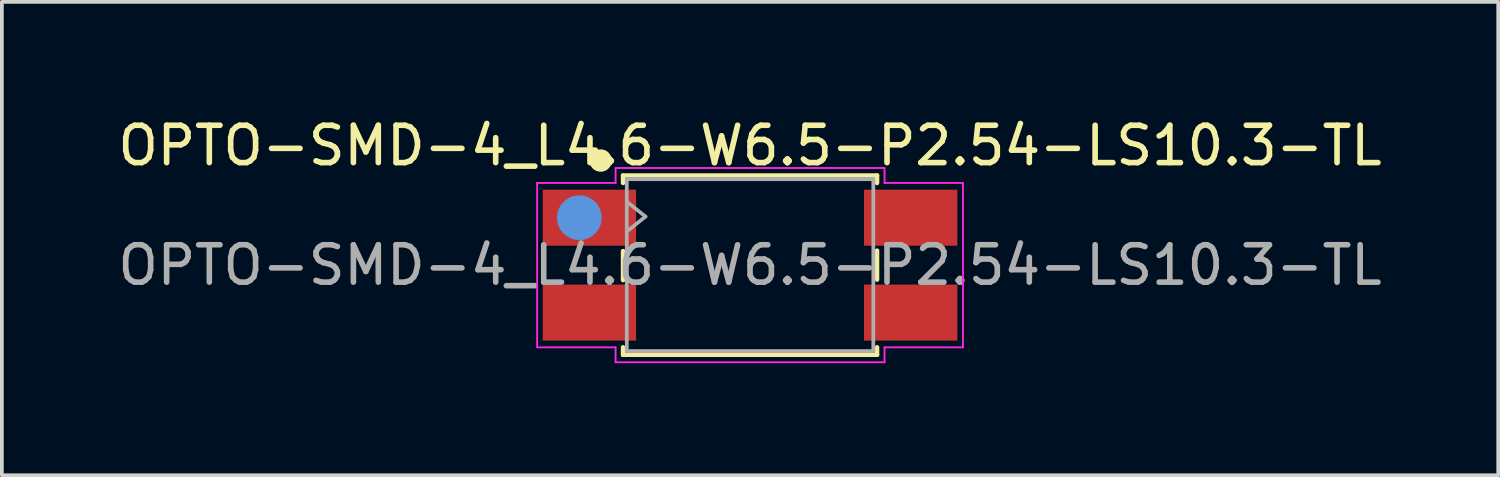
<source format=kicad_pcb>
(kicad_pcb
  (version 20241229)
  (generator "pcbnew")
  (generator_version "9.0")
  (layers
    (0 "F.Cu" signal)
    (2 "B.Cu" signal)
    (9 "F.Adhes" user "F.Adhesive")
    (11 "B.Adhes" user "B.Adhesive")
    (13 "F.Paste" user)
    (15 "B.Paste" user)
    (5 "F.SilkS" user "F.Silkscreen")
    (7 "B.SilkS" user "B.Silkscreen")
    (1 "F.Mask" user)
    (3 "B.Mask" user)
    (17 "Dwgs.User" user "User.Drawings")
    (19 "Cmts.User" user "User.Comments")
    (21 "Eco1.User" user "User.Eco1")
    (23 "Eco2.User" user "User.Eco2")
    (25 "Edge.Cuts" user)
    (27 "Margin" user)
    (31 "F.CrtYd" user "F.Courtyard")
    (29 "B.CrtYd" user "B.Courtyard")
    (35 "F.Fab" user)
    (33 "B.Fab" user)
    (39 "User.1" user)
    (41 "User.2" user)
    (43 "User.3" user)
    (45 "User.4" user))
  (footprint "OPTO-SMD-4_L4.6-W6.5-P2.54-LS10.3-TL"
    (layer "F.Cu")
    (at 17.03 4.048)
    (property "Reference" "OPTO-SMD-4_L4.6-W6.5-P2.54-LS10.3-TL" (at 0 -3.2 0) (layer "F.SilkS") (effects (font (size 1 1) (thickness 0.15))))
    (attr smd)
    (fp_line (start -3.4 -2.4) (end -3.4 -2.2) (stroke (width 0.12) (type solid)) (layer "F.SilkS"))
    (fp_line (start -3.4 -2.4) (end 3.4 -2.4) (stroke (width 0.12) (type default)) (layer "F.SilkS"))
    (fp_line (start -3.4 0.4) (end -3.4 -0.375) (stroke (width 0.12) (type default)) (layer "F.SilkS"))
    (fp_line (start -3.4 2.2) (end -3.4 2.4) (stroke (width 0.12) (type solid)) (layer "F.SilkS"))
    (fp_line (start 3.4 -2.4) (end 3.4 -2.2) (stroke (width 0.12) (type solid)) (layer "F.SilkS"))
    (fp_line (start 3.4 0.388) (end 3.4 -0.388) (stroke (width 0.12) (type default)) (layer "F.SilkS"))
    (fp_line (start 3.4 2.2) (end 3.4 2.4) (stroke (width 0.12) (type solid)) (layer "F.SilkS"))
    (fp_line (start 3.4 2.4) (end -3.4 2.4) (stroke (width 0.12) (type default)) (layer "F.SilkS"))
    (fp_circle (center -4 -2.8) (end -3.85 -2.8) (stroke (width 0.3) (type solid)) (fill no) (layer "F.SilkS"))
    (fp_circle (center -4.57 -1.27) (end -4.27 -1.27) (stroke (width 0.6) (type solid)) (fill no) (layer "Cmts.User"))
    (fp_line (start -5.7 -2.2) (end -3.6 -2.2) (stroke (width 0.05) (type default)) (layer "F.CrtYd"))
    (fp_line (start -5.7 2.2) (end -5.7 -2.2) (stroke (width 0.05) (type default)) (layer "F.CrtYd"))
    (fp_line (start -3.6 -2.6) (end 3.6 -2.6) (stroke (width 0.05) (type default)) (layer "F.CrtYd"))
    (fp_line (start -3.6 -2.2) (end -3.6 -2.6) (stroke (width 0.05) (type default)) (layer "F.CrtYd"))
    (fp_line (start -3.6 2.2) (end -5.7 2.2) (stroke (width 0.05) (type default)) (layer "F.CrtYd"))
    (fp_line (start -3.6 2.6) (end -3.6 2.2) (stroke (width 0.05) (type default)) (layer "F.CrtYd"))
    (fp_line (start 3.6 -2.6) (end 3.6 -2.2) (stroke (width 0.05) (type default)) (layer "F.CrtYd"))
    (fp_line (start 3.6 -2.2) (end 5.7 -2.2) (stroke (width 0.05) (type default)) (layer "F.CrtYd"))
    (fp_line (start 3.6 2.2) (end 3.6 2.6) (stroke (width 0.05) (type default)) (layer "F.CrtYd"))
    (fp_line (start 3.6 2.6) (end -3.6 2.6) (stroke (width 0.05) (type default)) (layer "F.CrtYd"))
    (fp_line (start 5.7 -2.2) (end 5.7 2.2) (stroke (width 0.05) (type default)) (layer "F.CrtYd"))
    (fp_line (start 5.7 2.2) (end 3.6 2.2) (stroke (width 0.05) (type default)) (layer "F.CrtYd"))
    (fp_line (start -3.3 -1.7) (end -2.8 -1.3) (stroke (width 0.1) (type default)) (layer "F.Fab"))
    (fp_line (start -2.8 -1.3) (end -3.3 -0.9) (stroke (width 0.1) (type default)) (layer "F.Fab"))
    (fp_rect (start -3.3 -2.3) (end 3.3 2.3) (stroke (width 0.1) (type default)) (fill no) (layer "F.Fab"))
    (fp_text user "${REFERENCE}" (at 0 0 0) (layer "F.Fab") (effects (font (size 1 1) (thickness 0.15))))
    (pad "1" smd rect (at -4.3 -1.27 90) (size 1.5 2.5) (layers "F.Cu" "F.Mask" "F.Paste"))
    (pad "2" smd rect (at -4.3 1.27 90) (size 1.5 2.5) (layers "F.Cu" "F.Mask" "F.Paste"))
    (pad "3" smd rect (at 4.3 1.27 90) (size 1.5 2.5) (layers "F.Cu" "F.Mask" "F.Paste"))
    (pad "4" smd rect (at 4.3 -1.27 90) (size 1.5 2.5) (layers "F.Cu" "F.Mask" "F.Paste")))
  (gr_rect
    (start -3 -3)
    (end 37.06 9.673)
    (stroke (width 0.1) (type default))
    (fill no)
    (layer "Edge.Cuts")))
</source>
